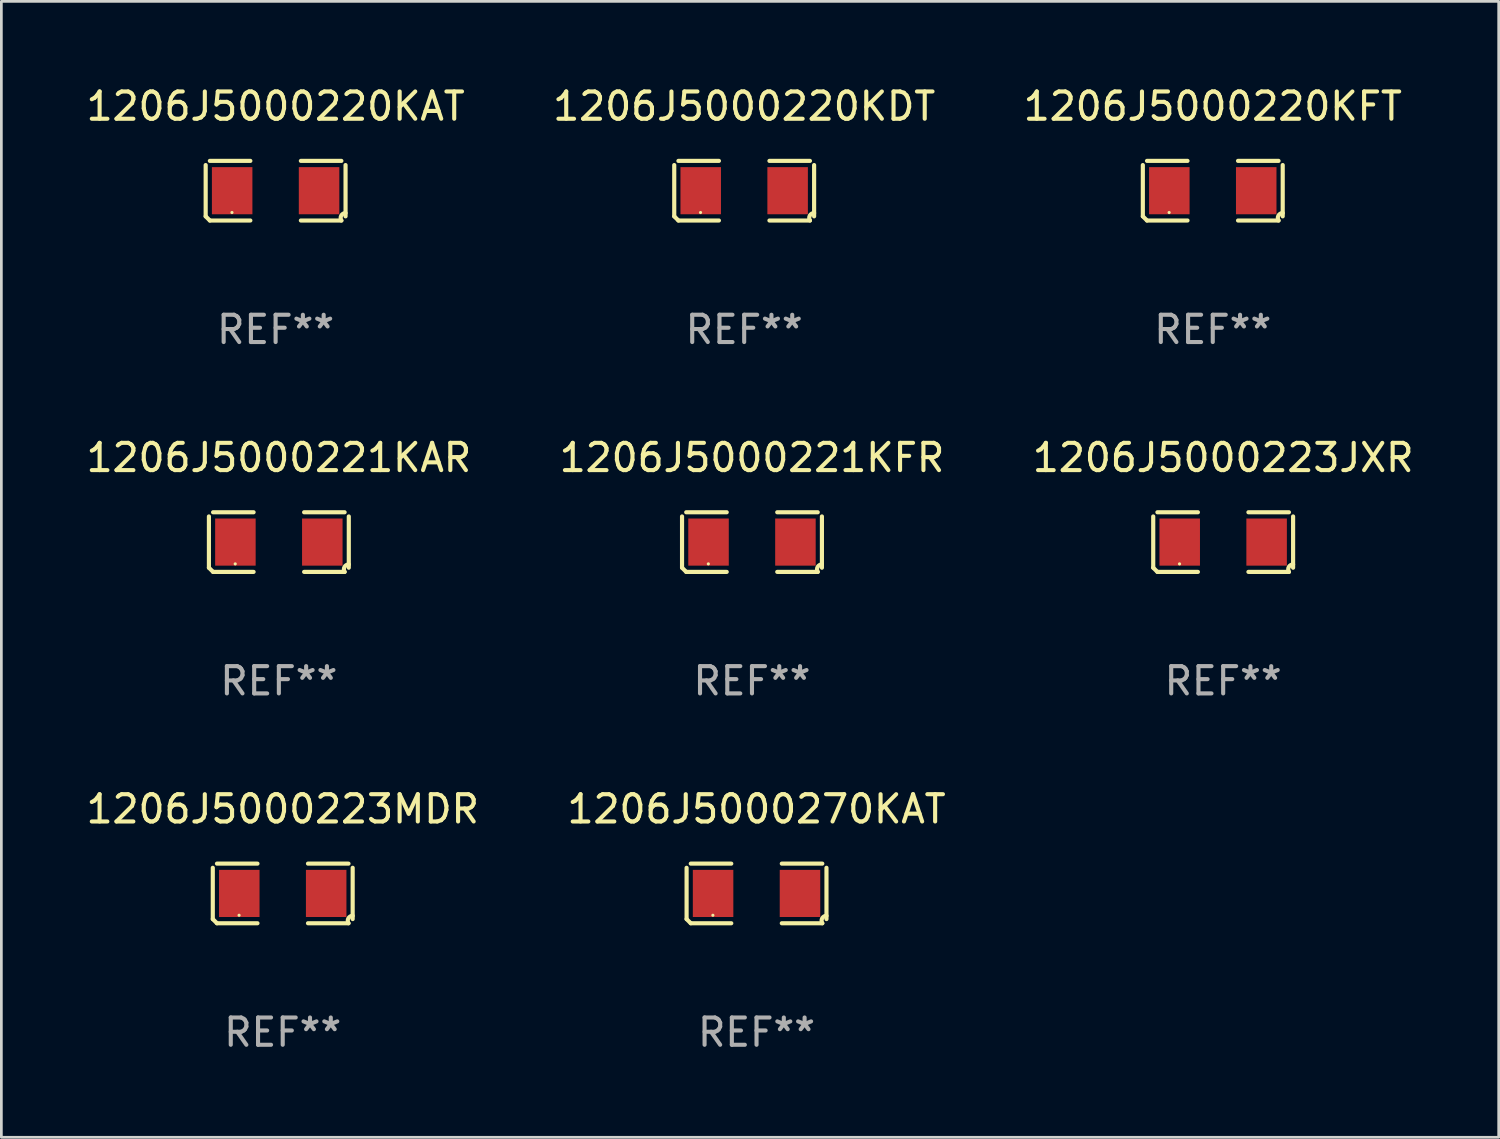
<source format=kicad_pcb>
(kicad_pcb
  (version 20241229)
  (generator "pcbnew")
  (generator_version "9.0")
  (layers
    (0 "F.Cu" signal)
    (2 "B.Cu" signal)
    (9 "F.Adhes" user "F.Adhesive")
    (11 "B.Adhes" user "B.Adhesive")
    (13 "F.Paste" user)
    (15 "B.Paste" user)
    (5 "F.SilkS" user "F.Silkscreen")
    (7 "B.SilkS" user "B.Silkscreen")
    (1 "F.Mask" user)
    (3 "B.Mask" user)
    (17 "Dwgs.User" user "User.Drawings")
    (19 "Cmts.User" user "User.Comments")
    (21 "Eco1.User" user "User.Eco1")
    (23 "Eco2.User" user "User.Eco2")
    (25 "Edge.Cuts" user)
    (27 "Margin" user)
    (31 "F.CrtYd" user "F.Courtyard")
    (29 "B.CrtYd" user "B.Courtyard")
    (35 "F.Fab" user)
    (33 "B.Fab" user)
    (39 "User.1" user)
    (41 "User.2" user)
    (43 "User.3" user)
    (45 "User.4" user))
  (footprint "1206J5000220KDT"
    (layer "F.Cu")
    (at 24.232 3.941)
    (property "Reference" "1206J5000220KDT" (at 0 -3.093 0) (layer "F.SilkS") (effects (font (size 1 1) (thickness 0.15))))
    (attr through_hole)
    (fp_line (start -2.564 0.94) (end -2.564 -0.94) (stroke (width 0.152) (type solid)) (layer "F.SilkS"))
    (fp_line (start -2.411 -1.093) (end -0.926 -1.093) (stroke (width 0.152) (type solid)) (layer "F.SilkS"))
    (fp_line (start -0.926 1.093) (end -2.411 1.093) (stroke (width 0.152) (type solid)) (layer "F.SilkS"))
    (fp_line (start 0.926 1.093) (end 2.411 1.093) (stroke (width 0.152) (type solid)) (layer "F.SilkS"))
    (fp_line (start 2.411 -1.093) (end 0.926 -1.093) (stroke (width 0.152) (type solid)) (layer "F.SilkS"))
    (fp_line (start 2.564 0.94) (end 2.564 -0.94) (stroke (width 0.152) (type solid)) (layer "F.SilkS"))
    (fp_arc (start -2.411201 1.092609) (mid -2.487413 1.01642) (end -2.563602 0.940208) (stroke (width 0.1524) (type solid)) (layer "F.SilkS"))
    (fp_arc (start 2.411201 1.092609) (mid 2.407159 0.911226) (end 2.563602 0.819347) (stroke (width 0.1524) (type solid)) (layer "F.SilkS"))
    (fp_circle (center -1.6 0.8) (end -1.57 0.8) (stroke (width 0.06) (type solid)) (fill no) (layer "F.SilkS"))
    (fp_text user "REF**" (at 0 5.093 0) (layer "F.Fab") (effects (font (size 1 1) (thickness 0.15))))
    (pad "1" smd rect (at -1.593 0) (size 1.485 1.728) (layers "F.Cu" "F.Mask" "F.Paste"))
    (pad "2" smd rect (at 1.593 0) (size 1.485 1.728) (layers "F.Cu" "F.Mask" "F.Paste")))
  (footprint "1206J5000223MDR"
    (layer "F.Cu")
    (at 7.315 29.704)
    (property "Reference" "1206J5000223MDR" (at 0 -3.093 0) (layer "F.SilkS") (effects (font (size 1 1) (thickness 0.15))))
    (attr through_hole)
    (fp_line (start -2.564 0.94) (end -2.564 -0.94) (stroke (width 0.152) (type solid)) (layer "F.SilkS"))
    (fp_line (start -2.411 -1.093) (end -0.926 -1.093) (stroke (width 0.152) (type solid)) (layer "F.SilkS"))
    (fp_line (start -0.926 1.093) (end -2.411 1.093) (stroke (width 0.152) (type solid)) (layer "F.SilkS"))
    (fp_line (start 0.926 1.093) (end 2.411 1.093) (stroke (width 0.152) (type solid)) (layer "F.SilkS"))
    (fp_line (start 2.411 -1.093) (end 0.926 -1.093) (stroke (width 0.152) (type solid)) (layer "F.SilkS"))
    (fp_line (start 2.564 0.94) (end 2.564 -0.94) (stroke (width 0.152) (type solid)) (layer "F.SilkS"))
    (fp_arc (start -2.411201 1.092609) (mid -2.487413 1.01642) (end -2.563602 0.940208) (stroke (width 0.1524) (type solid)) (layer "F.SilkS"))
    (fp_arc (start 2.411201 1.092609) (mid 2.407159 0.911226) (end 2.563602 0.819347) (stroke (width 0.1524) (type solid)) (layer "F.SilkS"))
    (fp_circle (center -1.6 0.8) (end -1.57 0.8) (stroke (width 0.06) (type solid)) (fill no) (layer "F.SilkS"))
    (fp_text user "REF**" (at 0 5.093 0) (layer "F.Fab") (effects (font (size 1 1) (thickness 0.15))))
    (pad "1" smd rect (at -1.593 0) (size 1.485 1.728) (layers "F.Cu" "F.Mask" "F.Paste"))
    (pad "2" smd rect (at 1.593 0) (size 1.485 1.728) (layers "F.Cu" "F.Mask" "F.Paste")))
  (footprint "1206J5000221KAR"
    (layer "F.Cu")
    (at 7.173 16.823)
    (property "Reference" "1206J5000221KAR" (at 0 -3.093 0) (layer "F.SilkS") (effects (font (size 1 1) (thickness 0.15))))
    (attr through_hole)
    (fp_line (start -2.564 0.94) (end -2.564 -0.94) (stroke (width 0.152) (type solid)) (layer "F.SilkS"))
    (fp_line (start -2.411 -1.093) (end -0.926 -1.093) (stroke (width 0.152) (type solid)) (layer "F.SilkS"))
    (fp_line (start -0.926 1.093) (end -2.411 1.093) (stroke (width 0.152) (type solid)) (layer "F.SilkS"))
    (fp_line (start 0.926 1.093) (end 2.411 1.093) (stroke (width 0.152) (type solid)) (layer "F.SilkS"))
    (fp_line (start 2.411 -1.093) (end 0.926 -1.093) (stroke (width 0.152) (type solid)) (layer "F.SilkS"))
    (fp_line (start 2.564 0.94) (end 2.564 -0.94) (stroke (width 0.152) (type solid)) (layer "F.SilkS"))
    (fp_arc (start -2.411201 1.092609) (mid -2.487413 1.01642) (end -2.563602 0.940208) (stroke (width 0.1524) (type solid)) (layer "F.SilkS"))
    (fp_arc (start 2.411201 1.092609) (mid 2.407159 0.911226) (end 2.563602 0.819347) (stroke (width 0.1524) (type solid)) (layer "F.SilkS"))
    (fp_circle (center -1.6 0.8) (end -1.57 0.8) (stroke (width 0.06) (type solid)) (fill no) (layer "F.SilkS"))
    (fp_text user "REF**" (at 0 5.093 0) (layer "F.Fab") (effects (font (size 1 1) (thickness 0.15))))
    (pad "1" smd rect (at -1.593 0) (size 1.485 1.728) (layers "F.Cu" "F.Mask" "F.Paste"))
    (pad "2" smd rect (at 1.593 0) (size 1.485 1.728) (layers "F.Cu" "F.Mask" "F.Paste")))
  (footprint "1206J5000270KAT"
    (layer "F.Cu")
    (at 24.685 29.704)
    (property "Reference" "1206J5000270KAT" (at 0 -3.093 0) (layer "F.SilkS") (effects (font (size 1 1) (thickness 0.15))))
    (attr through_hole)
    (fp_line (start -2.564 0.94) (end -2.564 -0.94) (stroke (width 0.152) (type solid)) (layer "F.SilkS"))
    (fp_line (start -2.411 -1.093) (end -0.926 -1.093) (stroke (width 0.152) (type solid)) (layer "F.SilkS"))
    (fp_line (start -0.926 1.093) (end -2.411 1.093) (stroke (width 0.152) (type solid)) (layer "F.SilkS"))
    (fp_line (start 0.926 1.093) (end 2.411 1.093) (stroke (width 0.152) (type solid)) (layer "F.SilkS"))
    (fp_line (start 2.411 -1.093) (end 0.926 -1.093) (stroke (width 0.152) (type solid)) (layer "F.SilkS"))
    (fp_line (start 2.564 0.94) (end 2.564 -0.94) (stroke (width 0.152) (type solid)) (layer "F.SilkS"))
    (fp_arc (start -2.411201 1.092609) (mid -2.487413 1.01642) (end -2.563602 0.940208) (stroke (width 0.1524) (type solid)) (layer "F.SilkS"))
    (fp_arc (start 2.411201 1.092609) (mid 2.407159 0.911226) (end 2.563602 0.819347) (stroke (width 0.1524) (type solid)) (layer "F.SilkS"))
    (fp_circle (center -1.6 0.8) (end -1.57 0.8) (stroke (width 0.06) (type solid)) (fill no) (layer "F.SilkS"))
    (fp_text user "REF**" (at 0 5.093 0) (layer "F.Fab") (effects (font (size 1 1) (thickness 0.15))))
    (pad "1" smd rect (at -1.593 0) (size 1.485 1.728) (layers "F.Cu" "F.Mask" "F.Paste"))
    (pad "2" smd rect (at 1.593 0) (size 1.485 1.728) (layers "F.Cu" "F.Mask" "F.Paste")))
  (footprint "1206J5000223JXR"
    (layer "F.Cu")
    (at 41.792 16.823)
    (property "Reference" "1206J5000223JXR" (at 0 -3.093 0) (layer "F.SilkS") (effects (font (size 1 1) (thickness 0.15))))
    (attr through_hole)
    (fp_line (start -2.564 0.94) (end -2.564 -0.94) (stroke (width 0.152) (type solid)) (layer "F.SilkS"))
    (fp_line (start -2.411 -1.093) (end -0.926 -1.093) (stroke (width 0.152) (type solid)) (layer "F.SilkS"))
    (fp_line (start -0.926 1.093) (end -2.411 1.093) (stroke (width 0.152) (type solid)) (layer "F.SilkS"))
    (fp_line (start 0.926 1.093) (end 2.411 1.093) (stroke (width 0.152) (type solid)) (layer "F.SilkS"))
    (fp_line (start 2.411 -1.093) (end 0.926 -1.093) (stroke (width 0.152) (type solid)) (layer "F.SilkS"))
    (fp_line (start 2.564 0.94) (end 2.564 -0.94) (stroke (width 0.152) (type solid)) (layer "F.SilkS"))
    (fp_arc (start -2.411201 1.092609) (mid -2.487413 1.01642) (end -2.563602 0.940208) (stroke (width 0.1524) (type solid)) (layer "F.SilkS"))
    (fp_arc (start 2.411201 1.092609) (mid 2.407159 0.911226) (end 2.563602 0.819347) (stroke (width 0.1524) (type solid)) (layer "F.SilkS"))
    (fp_circle (center -1.6 0.8) (end -1.57 0.8) (stroke (width 0.06) (type solid)) (fill no) (layer "F.SilkS"))
    (fp_text user "REF**" (at 0 5.093 0) (layer "F.Fab") (effects (font (size 1 1) (thickness 0.15))))
    (pad "1" smd rect (at -1.593 0) (size 1.485 1.728) (layers "F.Cu" "F.Mask" "F.Paste"))
    (pad "2" smd rect (at 1.593 0) (size 1.485 1.728) (layers "F.Cu" "F.Mask" "F.Paste")))
  (footprint "1206J5000220KAT"
    (layer "F.Cu")
    (at 7.054 3.941)
    (property "Reference" "1206J5000220KAT" (at 0 -3.093 0) (layer "F.SilkS") (effects (font (size 1 1) (thickness 0.15))))
    (attr through_hole)
    (fp_line (start -2.564 0.94) (end -2.564 -0.94) (stroke (width 0.152) (type solid)) (layer "F.SilkS"))
    (fp_line (start -2.411 -1.093) (end -0.926 -1.093) (stroke (width 0.152) (type solid)) (layer "F.SilkS"))
    (fp_line (start -0.926 1.093) (end -2.411 1.093) (stroke (width 0.152) (type solid)) (layer "F.SilkS"))
    (fp_line (start 0.926 1.093) (end 2.411 1.093) (stroke (width 0.152) (type solid)) (layer "F.SilkS"))
    (fp_line (start 2.411 -1.093) (end 0.926 -1.093) (stroke (width 0.152) (type solid)) (layer "F.SilkS"))
    (fp_line (start 2.564 0.94) (end 2.564 -0.94) (stroke (width 0.152) (type solid)) (layer "F.SilkS"))
    (fp_arc (start -2.411201 1.092609) (mid -2.487413 1.01642) (end -2.563602 0.940208) (stroke (width 0.1524) (type solid)) (layer "F.SilkS"))
    (fp_arc (start 2.411201 1.092609) (mid 2.407159 0.911226) (end 2.563602 0.819347) (stroke (width 0.1524) (type solid)) (layer "F.SilkS"))
    (fp_circle (center -1.6 0.8) (end -1.57 0.8) (stroke (width 0.06) (type solid)) (fill no) (layer "F.SilkS"))
    (fp_text user "REF**" (at 0 5.093 0) (layer "F.Fab") (effects (font (size 1 1) (thickness 0.15))))
    (pad "1" smd rect (at -1.593 0) (size 1.485 1.728) (layers "F.Cu" "F.Mask" "F.Paste"))
    (pad "2" smd rect (at 1.593 0) (size 1.485 1.728) (layers "F.Cu" "F.Mask" "F.Paste")))
  (footprint "1206J5000221KFR"
    (layer "F.Cu")
    (at 24.518 16.823)
    (property "Reference" "1206J5000221KFR" (at 0 -3.093 0) (layer "F.SilkS") (effects (font (size 1 1) (thickness 0.15))))
    (attr through_hole)
    (fp_line (start -2.564 0.94) (end -2.564 -0.94) (stroke (width 0.152) (type solid)) (layer "F.SilkS"))
    (fp_line (start -2.411 -1.093) (end -0.926 -1.093) (stroke (width 0.152) (type solid)) (layer "F.SilkS"))
    (fp_line (start -0.926 1.093) (end -2.411 1.093) (stroke (width 0.152) (type solid)) (layer "F.SilkS"))
    (fp_line (start 0.926 1.093) (end 2.411 1.093) (stroke (width 0.152) (type solid)) (layer "F.SilkS"))
    (fp_line (start 2.411 -1.093) (end 0.926 -1.093) (stroke (width 0.152) (type solid)) (layer "F.SilkS"))
    (fp_line (start 2.564 0.94) (end 2.564 -0.94) (stroke (width 0.152) (type solid)) (layer "F.SilkS"))
    (fp_arc (start -2.411201 1.092609) (mid -2.487413 1.01642) (end -2.563602 0.940208) (stroke (width 0.1524) (type solid)) (layer "F.SilkS"))
    (fp_arc (start 2.411201 1.092609) (mid 2.407159 0.911226) (end 2.563602 0.819347) (stroke (width 0.1524) (type solid)) (layer "F.SilkS"))
    (fp_circle (center -1.6 0.8) (end -1.57 0.8) (stroke (width 0.06) (type solid)) (fill no) (layer "F.SilkS"))
    (fp_text user "REF**" (at 0 5.093 0) (layer "F.Fab") (effects (font (size 1 1) (thickness 0.15))))
    (pad "1" smd rect (at -1.593 0) (size 1.485 1.728) (layers "F.Cu" "F.Mask" "F.Paste"))
    (pad "2" smd rect (at 1.593 0) (size 1.485 1.728) (layers "F.Cu" "F.Mask" "F.Paste")))
  (footprint "1206J5000220KFT"
    (layer "F.Cu")
    (at 41.411 3.941)
    (property "Reference" "1206J5000220KFT" (at 0 -3.093 0) (layer "F.SilkS") (effects (font (size 1 1) (thickness 0.15))))
    (attr through_hole)
    (fp_line (start -2.564 0.94) (end -2.564 -0.94) (stroke (width 0.152) (type solid)) (layer "F.SilkS"))
    (fp_line (start -2.411 -1.093) (end -0.926 -1.093) (stroke (width 0.152) (type solid)) (layer "F.SilkS"))
    (fp_line (start -0.926 1.093) (end -2.411 1.093) (stroke (width 0.152) (type solid)) (layer "F.SilkS"))
    (fp_line (start 0.926 1.093) (end 2.411 1.093) (stroke (width 0.152) (type solid)) (layer "F.SilkS"))
    (fp_line (start 2.411 -1.093) (end 0.926 -1.093) (stroke (width 0.152) (type solid)) (layer "F.SilkS"))
    (fp_line (start 2.564 0.94) (end 2.564 -0.94) (stroke (width 0.152) (type solid)) (layer "F.SilkS"))
    (fp_arc (start -2.411201 1.092609) (mid -2.487413 1.01642) (end -2.563602 0.940208) (stroke (width 0.1524) (type solid)) (layer "F.SilkS"))
    (fp_arc (start 2.411201 1.092609) (mid 2.407159 0.911226) (end 2.563602 0.819347) (stroke (width 0.1524) (type solid)) (layer "F.SilkS"))
    (fp_circle (center -1.6 0.8) (end -1.57 0.8) (stroke (width 0.06) (type solid)) (fill no) (layer "F.SilkS"))
    (fp_text user "REF**" (at 0 5.093 0) (layer "F.Fab") (effects (font (size 1 1) (thickness 0.15))))
    (pad "1" smd rect (at -1.593 0) (size 1.485 1.728) (layers "F.Cu" "F.Mask" "F.Paste"))
    (pad "2" smd rect (at 1.593 0) (size 1.485 1.728) (layers "F.Cu" "F.Mask" "F.Paste")))
  (gr_rect
    (start -3 -3)
    (end 51.893 38.645)
    (stroke (width 0.1) (type default))
    (fill no)
    (layer "Edge.Cuts")))
</source>
